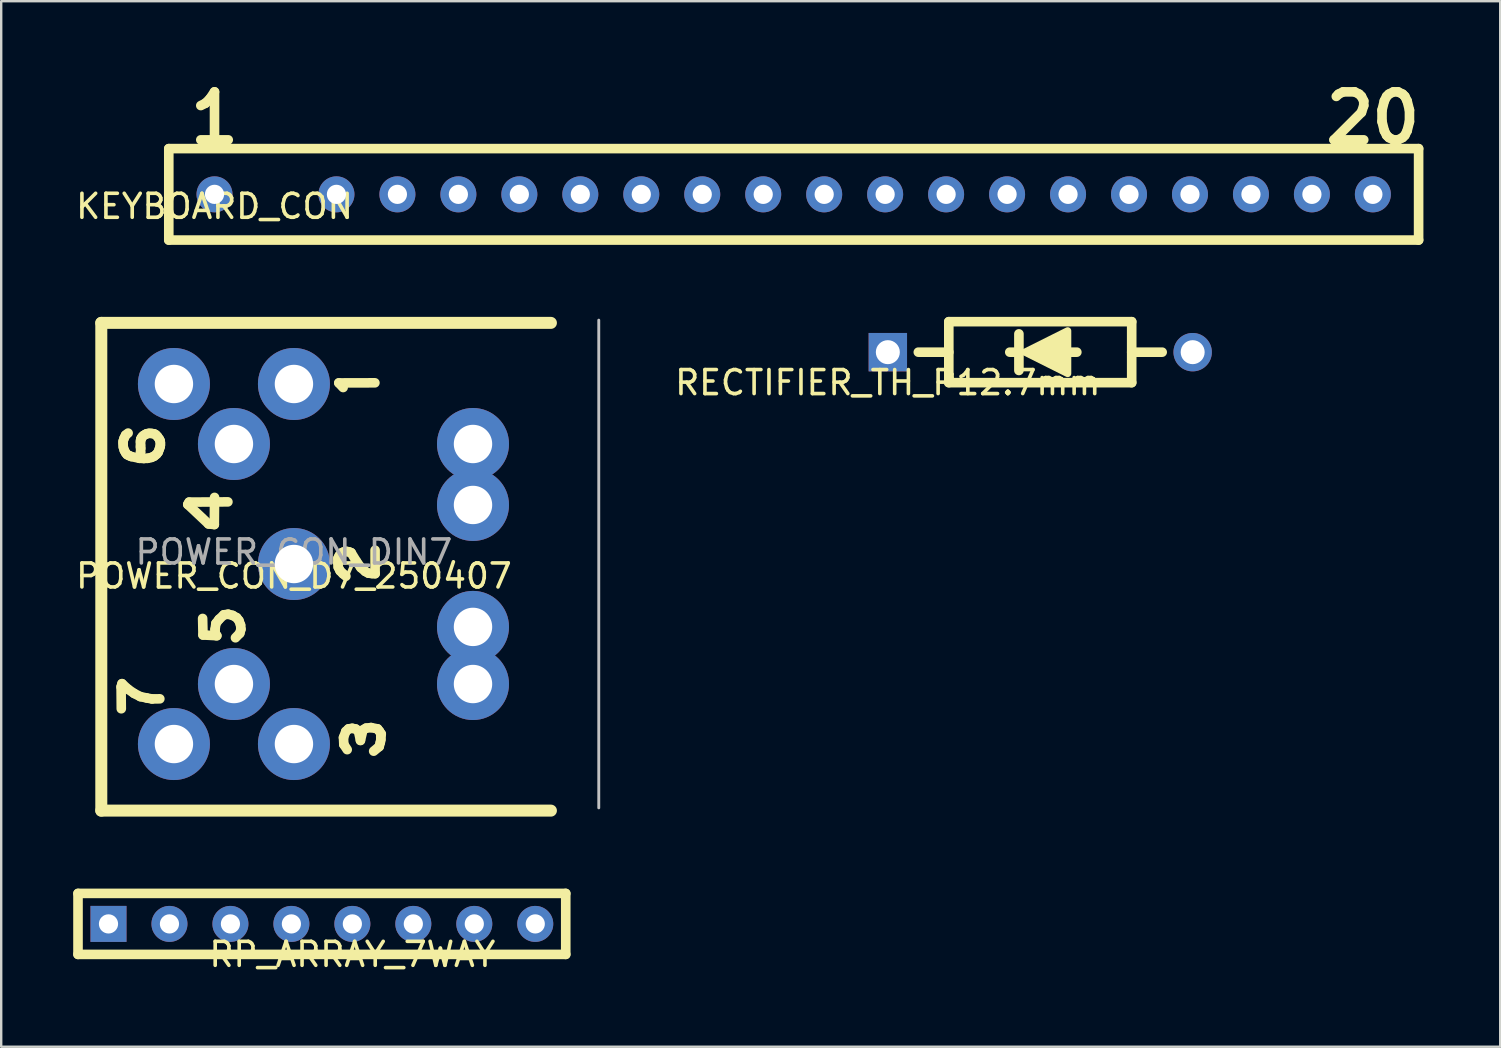
<source format=kicad_pcb>
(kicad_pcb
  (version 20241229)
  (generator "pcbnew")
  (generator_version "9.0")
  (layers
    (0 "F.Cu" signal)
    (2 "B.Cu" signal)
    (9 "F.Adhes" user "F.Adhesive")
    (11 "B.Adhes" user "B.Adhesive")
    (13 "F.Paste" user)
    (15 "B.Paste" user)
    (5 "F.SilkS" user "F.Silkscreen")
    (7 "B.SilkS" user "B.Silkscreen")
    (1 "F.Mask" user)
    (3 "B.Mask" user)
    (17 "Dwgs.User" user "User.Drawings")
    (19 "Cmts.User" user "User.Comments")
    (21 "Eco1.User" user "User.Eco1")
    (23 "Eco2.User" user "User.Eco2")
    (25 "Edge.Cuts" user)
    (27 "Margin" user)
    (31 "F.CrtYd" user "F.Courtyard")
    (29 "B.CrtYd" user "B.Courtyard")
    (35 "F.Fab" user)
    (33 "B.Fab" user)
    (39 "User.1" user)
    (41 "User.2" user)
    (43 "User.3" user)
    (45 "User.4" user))
  (footprint "KEYBOARD_CON"
    (layer "F.Cu")
    (at 5.887 5.047)
    (property "Reference" "KEYBOARD_CON" (at 0 0.5 0) (layer "F.SilkS") (effects (font (size 1 1) (thickness 0.15))))
    (attr through_hole)
    (fp_line (start -1.905 -1.905) (end -1.905 1.905) (stroke (width 0.4) (type solid)) (layer "F.SilkS"))
    (fp_line (start -1.905 -1.905) (end 50.165 -1.905) (stroke (width 0.4) (type solid)) (layer "F.SilkS"))
    (fp_line (start -1.905 1.905) (end 50.165 1.905) (stroke (width 0.4) (type solid)) (layer "F.SilkS"))
    (fp_line (start 50.165 -1.905) (end 50.165 1.905) (stroke (width 0.4) (type solid)) (layer "F.SilkS"))
    (fp_text user "20" (at 48.26 -3.175 0) (layer "F.SilkS") (effects (font (size 2 2) (thickness 0.4))))
    (fp_text user "1" (at 0 -3.175 0) (layer "F.SilkS") (effects (font (size 2 2) (thickness 0.4))))
    (pad "1" thru_hole circle (at 0 0) (size 1.5 1.5) (drill 0.8) (layers "*.Cu" "*.Mask"))
    (pad "3" thru_hole circle (at 5.08 0) (size 1.5 1.5) (drill 0.8) (layers "*.Cu" "*.Mask"))
    (pad "4" thru_hole circle (at 7.62 0) (size 1.5 1.5) (drill 0.8) (layers "*.Cu" "*.Mask"))
    (pad "5" thru_hole circle (at 10.16 0) (size 1.5 1.5) (drill 0.8) (layers "*.Cu" "*.Mask"))
    (pad "6" thru_hole circle (at 12.7 0) (size 1.5 1.5) (drill 0.8) (layers "*.Cu" "*.Mask"))
    (pad "7" thru_hole circle (at 15.24 0) (size 1.5 1.5) (drill 0.8) (layers "*.Cu" "*.Mask"))
    (pad "8" thru_hole circle (at 17.78 0) (size 1.5 1.5) (drill 0.8) (layers "*.Cu" "*.Mask"))
    (pad "9" thru_hole circle (at 20.32 0) (size 1.5 1.5) (drill 0.8) (layers "*.Cu" "*.Mask"))
    (pad "10" thru_hole circle (at 22.86 0) (size 1.5 1.5) (drill 0.8) (layers "*.Cu" "*.Mask"))
    (pad "11" thru_hole circle (at 25.4 0) (size 1.5 1.5) (drill 0.8) (layers "*.Cu" "*.Mask"))
    (pad "12" thru_hole circle (at 27.94 0) (size 1.5 1.5) (drill 0.8) (layers "*.Cu" "*.Mask"))
    (pad "13" thru_hole circle (at 30.48 0) (size 1.5 1.5) (drill 0.8) (layers "*.Cu" "*.Mask"))
    (pad "14" thru_hole circle (at 33.02 0) (size 1.5 1.5) (drill 0.8) (layers "*.Cu" "*.Mask"))
    (pad "15" thru_hole circle (at 35.56 0) (size 1.5 1.5) (drill 0.8) (layers "*.Cu" "*.Mask"))
    (pad "16" thru_hole circle (at 38.1 0) (size 1.5 1.5) (drill 0.8) (layers "*.Cu" "*.Mask"))
    (pad "17" thru_hole circle (at 40.64 0) (size 1.5 1.5) (drill 0.8) (layers "*.Cu" "*.Mask"))
    (pad "18" thru_hole circle (at 43.18 0) (size 1.5 1.5) (drill 0.8) (layers "*.Cu" "*.Mask"))
    (pad "19" thru_hole circle (at 45.72 0) (size 1.5 1.5) (drill 0.8) (layers "*.Cu" "*.Mask"))
    (pad "20" thru_hole circle (at 48.26 0) (size 1.5 1.5) (drill 0.8) (layers "*.Cu" "*.Mask")))
  (footprint "POWER_CON_D7_250407"
    (layer "F.Cu")
    (at 9.196 20.448)
    (property "Reference" "POWER_CON_D7_250407" (at 0 0.5 0) (layer "F.SilkS") (effects (font (size 1 1) (thickness 0.15))))
    (attr through_hole)
    (fp_line (start -8.026 -10.046) (end 10.706 -10.046) (stroke (width 0.5) (type solid)) (layer "F.SilkS"))
    (fp_line (start -8.026 10.274) (end -8.026 -10.046) (stroke (width 0.5) (type solid)) (layer "F.SilkS"))
    (fp_line (start -7.201 5.119) (end -7.163 4.985) (stroke (width 0.4) (type solid)) (layer "F.SilkS"))
    (fp_line (start -7.193 6.03) (end -7.201 5.119) (stroke (width 0.4) (type solid)) (layer "F.SilkS"))
    (fp_line (start -7.163 4.985) (end -6.913 5.215) (stroke (width 0.4) (type solid)) (layer "F.SilkS"))
    (fp_line (start -7.117 -5.111) (end -7.117 -5.008) (stroke (width 0.4) (type solid)) (layer "F.SilkS"))
    (fp_line (start -7.117 -5.008) (end -7.11 -4.877) (stroke (width 0.4) (type solid)) (layer "F.SilkS"))
    (fp_line (start -7.11 -4.877) (end -7.069 -4.738) (stroke (width 0.4) (type solid)) (layer "F.SilkS"))
    (fp_line (start -7.077 -5.238) (end -7.117 -5.111) (stroke (width 0.4) (type solid)) (layer "F.SilkS"))
    (fp_line (start -7.069 -4.738) (end -7.014 -4.637) (stroke (width 0.4) (type solid)) (layer "F.SilkS"))
    (fp_line (start -7.014 -5.369) (end -7.077 -5.238) (stroke (width 0.4) (type solid)) (layer "F.SilkS"))
    (fp_line (start -7.014 -4.637) (end -6.953 -4.558) (stroke (width 0.4) (type solid)) (layer "F.SilkS"))
    (fp_line (start -6.953 -4.558) (end -6.865 -4.515) (stroke (width 0.4) (type solid)) (layer "F.SilkS"))
    (fp_line (start -6.913 5.215) (end -6.658 5.391) (stroke (width 0.4) (type solid)) (layer "F.SilkS"))
    (fp_line (start -6.908 -5.455) (end -7.014 -5.369) (stroke (width 0.4) (type solid)) (layer "F.SilkS"))
    (fp_line (start -6.865 -4.515) (end -6.779 -4.478) (stroke (width 0.4) (type solid)) (layer "F.SilkS"))
    (fp_line (start -6.779 -4.478) (end -6.438 -4.404) (stroke (width 0.4) (type solid)) (layer "F.SilkS"))
    (fp_line (start -6.658 5.391) (end -6.398 5.525) (stroke (width 0.4) (type solid)) (layer "F.SilkS"))
    (fp_line (start -6.438 -4.404) (end -6.256 -4.397) (stroke (width 0.4) (type solid)) (layer "F.SilkS"))
    (fp_line (start -6.398 5.525) (end -6.133 5.581) (stroke (width 0.4) (type solid)) (layer "F.SilkS"))
    (fp_line (start -6.393 -5.071) (end -6.39 -4.952) (stroke (width 0.4) (type solid)) (layer "F.SilkS"))
    (fp_line (start -6.393 -4.874) (end -6.385 -4.811) (stroke (width 0.4) (type solid)) (layer "F.SilkS"))
    (fp_line (start -6.39 -5.147) (end -6.393 -5.071) (stroke (width 0.4) (type solid)) (layer "F.SilkS"))
    (fp_line (start -6.39 -4.952) (end -6.393 -4.874) (stroke (width 0.4) (type solid)) (layer "F.SilkS"))
    (fp_line (start -6.39 -4.654) (end -6.4 -4.5) (stroke (width 0.4) (type solid)) (layer "F.SilkS"))
    (fp_line (start -6.385 -4.811) (end -6.39 -4.654) (stroke (width 0.4) (type solid)) (layer "F.SilkS"))
    (fp_line (start -6.38 -5.19) (end -6.39 -5.147) (stroke (width 0.4) (type solid)) (layer "F.SilkS"))
    (fp_line (start -6.372 -5.215) (end -6.38 -5.19) (stroke (width 0.4) (type solid)) (layer "F.SilkS"))
    (fp_line (start -6.35 -5.26) (end -6.372 -5.215) (stroke (width 0.4) (type solid)) (layer "F.SilkS"))
    (fp_line (start -6.319 -5.303) (end -6.35 -5.26) (stroke (width 0.4) (type solid)) (layer "F.SilkS"))
    (fp_line (start -6.269 -5.351) (end -6.319 -5.303) (stroke (width 0.4) (type solid)) (layer "F.SilkS"))
    (fp_line (start -6.256 -4.397) (end -6.095 -4.404) (stroke (width 0.4) (type solid)) (layer "F.SilkS"))
    (fp_line (start -6.186 -5.402) (end -6.269 -5.351) (stroke (width 0.4) (type solid)) (layer "F.SilkS"))
    (fp_line (start -6.133 5.581) (end -5.915 5.621) (stroke (width 0.4) (type solid)) (layer "F.SilkS"))
    (fp_line (start -6.125 -5.429) (end -6.186 -5.402) (stroke (width 0.4) (type solid)) (layer "F.SilkS"))
    (fp_line (start -6.095 -4.404) (end -5.931 -4.442) (stroke (width 0.4) (type solid)) (layer "F.SilkS"))
    (fp_line (start -6.037 -5.445) (end -6.125 -5.429) (stroke (width 0.4) (type solid)) (layer "F.SilkS"))
    (fp_line (start -5.933 -5.44) (end -6.037 -5.445) (stroke (width 0.4) (type solid)) (layer "F.SilkS"))
    (fp_line (start -5.931 -4.442) (end -5.822 -4.493) (stroke (width 0.4) (type solid)) (layer "F.SilkS"))
    (fp_line (start -5.915 5.621) (end -5.587 5.616) (stroke (width 0.4) (type solid)) (layer "F.SilkS"))
    (fp_line (start -5.824 -5.424) (end -5.933 -5.44) (stroke (width 0.4) (type solid)) (layer "F.SilkS"))
    (fp_line (start -5.822 -4.493) (end -5.716 -4.581) (stroke (width 0.4) (type solid)) (layer "F.SilkS"))
    (fp_line (start -5.751 -5.381) (end -5.824 -5.424) (stroke (width 0.4) (type solid)) (layer "F.SilkS"))
    (fp_line (start -5.716 -4.581) (end -5.653 -4.664) (stroke (width 0.4) (type solid)) (layer "F.SilkS"))
    (fp_line (start -5.681 -5.306) (end -5.751 -5.381) (stroke (width 0.4) (type solid)) (layer "F.SilkS"))
    (fp_line (start -5.653 -4.664) (end -5.61 -4.783) (stroke (width 0.4) (type solid)) (layer "F.SilkS"))
    (fp_line (start -5.61 -4.783) (end -5.574 -4.884) (stroke (width 0.4) (type solid)) (layer "F.SilkS"))
    (fp_line (start -5.605 -5.197) (end -5.681 -5.306) (stroke (width 0.4) (type solid)) (layer "F.SilkS"))
    (fp_line (start -5.574 -4.884) (end -5.564 -4.957) (stroke (width 0.4) (type solid)) (layer "F.SilkS"))
    (fp_line (start -5.572 -5.127) (end -5.605 -5.197) (stroke (width 0.4) (type solid)) (layer "F.SilkS"))
    (fp_line (start -5.564 -5.048) (end -5.572 -5.127) (stroke (width 0.4) (type solid)) (layer "F.SilkS"))
    (fp_line (start -5.564 -4.957) (end -5.564 -5.048) (stroke (width 0.4) (type solid)) (layer "F.SilkS"))
    (fp_line (start -4.423 -2.482) (end -3.559 -1.669) (stroke (width 0.4) (type solid)) (layer "F.SilkS"))
    (fp_line (start -4.367 -2.579) (end -4.423 -2.482) (stroke (width 0.4) (type solid)) (layer "F.SilkS"))
    (fp_line (start -3.804 2.268) (end -3.789 2.957) (stroke (width 0.4) (type solid)) (layer "F.SilkS"))
    (fp_line (start -3.789 2.957) (end -3.213 2.987) (stroke (width 0.4) (type solid)) (layer "F.SilkS"))
    (fp_line (start -3.559 -1.669) (end -3.317 -1.644) (stroke (width 0.4) (type solid)) (layer "F.SilkS"))
    (fp_line (start -3.317 -1.644) (end -3.307 -2.775) (stroke (width 0.4) (type solid)) (layer "F.SilkS"))
    (fp_line (start -3.287 2.73) (end -3.251 2.475) (stroke (width 0.4) (type solid)) (layer "F.SilkS"))
    (fp_line (start -3.271 2.972) (end -3.287 2.73) (stroke (width 0.4) (type solid)) (layer "F.SilkS"))
    (fp_line (start -3.251 2.475) (end -3.12 2.305) (stroke (width 0.4) (type solid)) (layer "F.SilkS"))
    (fp_line (start -3.213 2.987) (end -3.271 2.972) (stroke (width 0.4) (type solid)) (layer "F.SilkS"))
    (fp_line (start -3.12 2.305) (end -2.92 2.116) (stroke (width 0.4) (type solid)) (layer "F.SilkS"))
    (fp_line (start -2.92 2.116) (end -2.741 2.091) (stroke (width 0.4) (type solid)) (layer "F.SilkS"))
    (fp_line (start -2.751 -2.589) (end -4.367 -2.579) (stroke (width 0.4) (type solid)) (layer "F.SilkS"))
    (fp_line (start -2.741 2.091) (end -2.552 2.141) (stroke (width 0.4) (type solid)) (layer "F.SilkS"))
    (fp_line (start -2.552 2.141) (end -2.385 2.237) (stroke (width 0.4) (type solid)) (layer "F.SilkS"))
    (fp_line (start -2.385 2.237) (end -2.292 2.356) (stroke (width 0.4) (type solid)) (layer "F.SilkS"))
    (fp_line (start -2.292 2.356) (end -2.223 2.543) (stroke (width 0.4) (type solid)) (layer "F.SilkS"))
    (fp_line (start -2.256 2.886) (end -2.436 3.073) (stroke (width 0.4) (type solid)) (layer "F.SilkS"))
    (fp_line (start -2.223 2.543) (end -2.208 2.715) (stroke (width 0.4) (type solid)) (layer "F.SilkS"))
    (fp_line (start -2.208 2.715) (end -2.256 2.886) (stroke (width 0.4) (type solid)) (layer "F.SilkS"))
    (fp_line (start 1.832 -0.234) (end 1.888 -0.349) (stroke (width 0.4) (type solid)) (layer "F.SilkS"))
    (fp_line (start 1.832 -0.046) (end 1.832 -0.234) (stroke (width 0.4) (type solid)) (layer "F.SilkS"))
    (fp_line (start 1.845 0.129) (end 1.832 -0.046) (stroke (width 0.4) (type solid)) (layer "F.SilkS"))
    (fp_line (start 1.871 -7.545) (end 3.373 -7.549) (stroke (width 0.4) (type solid)) (layer "F.SilkS"))
    (fp_line (start 1.888 -0.349) (end 1.986 -0.464) (stroke (width 0.4) (type solid)) (layer "F.SilkS"))
    (fp_line (start 1.922 0.283) (end 1.845 0.129) (stroke (width 0.4) (type solid)) (layer "F.SilkS"))
    (fp_line (start 1.986 -0.464) (end 2.067 -0.502) (stroke (width 0.4) (type solid)) (layer "F.SilkS"))
    (fp_line (start 2.041 0.403) (end 1.922 0.283) (stroke (width 0.4) (type solid)) (layer "F.SilkS"))
    (fp_line (start 2.05 -7.353) (end 1.871 -7.545) (stroke (width 0.4) (type solid)) (layer "F.SilkS"))
    (fp_line (start 2.065 7.229) (end 2.16 6.976) (stroke (width 0.4) (type solid)) (layer "F.SilkS"))
    (fp_line (start 2.067 -0.502) (end 2.199 -0.524) (stroke (width 0.4) (type solid)) (layer "F.SilkS"))
    (fp_line (start 2.078 7.518) (end 2.065 7.229) (stroke (width 0.4) (type solid)) (layer "F.SilkS"))
    (fp_line (start 2.16 6.976) (end 2.275 6.868) (stroke (width 0.4) (type solid)) (layer "F.SilkS"))
    (fp_line (start 2.165 0.509) (end 2.041 0.403) (stroke (width 0.4) (type solid)) (layer "F.SilkS"))
    (fp_line (start 2.199 -0.524) (end 2.293 -0.507) (stroke (width 0.4) (type solid)) (layer "F.SilkS"))
    (fp_line (start 2.219 7.734) (end 2.078 7.518) (stroke (width 0.4) (type solid)) (layer "F.SilkS"))
    (fp_line (start 2.275 6.868) (end 2.429 6.845) (stroke (width 0.4) (type solid)) (layer "F.SilkS"))
    (fp_line (start 2.293 -0.507) (end 2.383 -0.472) (stroke (width 0.4) (type solid)) (layer "F.SilkS"))
    (fp_line (start 2.383 -0.472) (end 2.609 -0.101) (stroke (width 0.4) (type solid)) (layer "F.SilkS"))
    (fp_line (start 2.429 6.845) (end 2.574 6.874) (stroke (width 0.4) (type solid)) (layer "F.SilkS"))
    (fp_line (start 2.574 6.874) (end 2.686 6.956) (stroke (width 0.4) (type solid)) (layer "F.SilkS"))
    (fp_line (start 2.609 -0.101) (end 2.788 0.151) (stroke (width 0.4) (type solid)) (layer "F.SilkS"))
    (fp_line (start 2.686 6.956) (end 2.771 7.35) (stroke (width 0.4) (type solid)) (layer "F.SilkS"))
    (fp_line (start 2.771 7.35) (end 2.874 6.916) (stroke (width 0.4) (type solid)) (layer "F.SilkS"))
    (fp_line (start 2.788 0.151) (end 2.972 0.309) (stroke (width 0.4) (type solid)) (layer "F.SilkS"))
    (fp_line (start 2.874 6.916) (end 3.001 6.838) (stroke (width 0.4) (type solid)) (layer "F.SilkS"))
    (fp_line (start 2.972 0.309) (end 3.104 0.381) (stroke (width 0.4) (type solid)) (layer "F.SilkS"))
    (fp_line (start 3.001 6.838) (end 3.214 6.814) (stroke (width 0.4) (type solid)) (layer "F.SilkS"))
    (fp_line (start 3.104 0.381) (end 3.253 0.398) (stroke (width 0.4) (type solid)) (layer "F.SilkS"))
    (fp_line (start 3.214 6.814) (end 3.485 6.869) (stroke (width 0.4) (type solid)) (layer "F.SilkS"))
    (fp_line (start 3.253 0.398) (end 3.382 0.403) (stroke (width 0.4) (type solid)) (layer "F.SilkS"))
    (fp_line (start 3.382 0.403) (end 3.381 -0.575) (stroke (width 0.4) (type solid)) (layer "F.SilkS"))
    (fp_line (start 3.485 6.869) (end 3.563 6.968) (stroke (width 0.4) (type solid)) (layer "F.SilkS"))
    (fp_line (start 3.552 7.606) (end 3.322 7.797) (stroke (width 0.4) (type solid)) (layer "F.SilkS"))
    (fp_line (start 3.563 6.968) (end 3.638 7.084) (stroke (width 0.4) (type solid)) (layer "F.SilkS"))
    (fp_line (start 3.598 7.436) (end 3.552 7.606) (stroke (width 0.4) (type solid)) (layer "F.SilkS"))
    (fp_line (start 3.618 7.196) (end 3.621 7.314) (stroke (width 0.4) (type solid)) (layer "F.SilkS"))
    (fp_line (start 3.621 7.314) (end 3.598 7.436) (stroke (width 0.4) (type solid)) (layer "F.SilkS"))
    (fp_line (start 3.638 7.084) (end 3.618 7.196) (stroke (width 0.4) (type solid)) (layer "F.SilkS"))
    (fp_line (start 10.706 10.274) (end -8.026 10.274) (stroke (width 0.5) (type solid)) (layer "F.SilkS"))
    (fp_line (start 12.7 -10.16) (end 12.7 10.16) (stroke (width 0.12) (type solid)) (layer "Dwgs.User"))
    (fp_text user "POWER_CON_DIN7" (at 0 -0.5 0) (layer "F.Fab") (effects (font (size 1 1) (thickness 0.15))))
    (pad "1" thru_hole circle (at 0 -7.5) (size 3 3) (drill 1.6) (layers "*.Cu" "*.Mask"))
    (pad "1" thru_hole circle (at 7.46 -5) (size 3 3) (drill 1.6) (layers "*.Cu" "*.Mask"))
    (pad "1" thru_hole circle (at 7.46 -2.46) (size 3 3) (drill 1.6) (layers "*.Cu" "*.Mask"))
    (pad "1" thru_hole circle (at 7.46 2.62) (size 3 3) (drill 1.6) (layers "*.Cu" "*.Mask"))
    (pad "1" thru_hole circle (at 7.46 5) (size 3 3) (drill 1.6) (layers "*.Cu" "*.Mask"))
    (pad "2" thru_hole circle (at 0 0) (size 3 3) (drill 1.6) (layers "*.Cu" "*.Mask"))
    (pad "3" thru_hole circle (at 0 7.5) (size 3 3) (drill 1.6) (layers "*.Cu" "*.Mask"))
    (pad "4" thru_hole circle (at -2.5 -5) (size 3 3) (drill 1.6) (layers "*.Cu" "*.Mask"))
    (pad "5" thru_hole circle (at -2.5 5) (size 3 3) (drill 1.6) (layers "*.Cu" "*.Mask"))
    (pad "6" thru_hole circle (at -5 -7.5) (size 3 3) (drill 1.6) (layers "*.Cu" "*.Mask"))
    (pad "7" thru_hole circle (at -5 7.5) (size 3 3) (drill 1.6) (layers "*.Cu" "*.Mask")))
  (footprint "RP_ARRAY_7WAY"
    (layer "F.Cu")
    (at 1.47 35.442)
    (property "Reference" "RP_ARRAY_7WAY" (at 10.16 1.27 0) (layer "F.SilkS") (effects (font (size 1 1) (thickness 0.15))))
    (attr through_hole)
    (fp_line (start -1.27 -1.27) (end -1.27 1.27) (stroke (width 0.4) (type solid)) (layer "F.SilkS"))
    (fp_line (start -1.27 -1.27) (end 19.05 -1.27) (stroke (width 0.4) (type solid)) (layer "F.SilkS"))
    (fp_line (start -1.27 1.27) (end 19.05 1.27) (stroke (width 0.4) (type solid)) (layer "F.SilkS"))
    (fp_line (start 19.05 -1.27) (end 19.05 1.27) (stroke (width 0.4) (type solid)) (layer "F.SilkS"))
    (pad "1" thru_hole rect (at 0 0) (size 1.5 1.5) (drill 0.8) (layers "*.Cu" "*.Mask"))
    (pad "2" thru_hole circle (at 2.54 0) (size 1.5 1.5) (drill 0.8) (layers "*.Cu" "*.Mask"))
    (pad "3" thru_hole circle (at 5.08 0) (size 1.5 1.5) (drill 0.8) (layers "*.Cu" "*.Mask"))
    (pad "4" thru_hole circle (at 7.62 0) (size 1.5 1.5) (drill 0.8) (layers "*.Cu" "*.Mask"))
    (pad "5" thru_hole circle (at 10.16 0) (size 1.5 1.5) (drill 0.8) (layers "*.Cu" "*.Mask"))
    (pad "6" thru_hole circle (at 12.7 0) (size 1.5 1.5) (drill 0.8) (layers "*.Cu" "*.Mask"))
    (pad "7" thru_hole circle (at 15.24 0) (size 1.5 1.5) (drill 0.8) (layers "*.Cu" "*.Mask"))
    (pad "8" thru_hole circle (at 17.78 0) (size 1.5 1.5) (drill 0.8) (layers "*.Cu" "*.Mask")))
  (footprint "RECTIFIER_TH_P12.7mm"
    (layer "F.Cu")
    (at 33.939 11.622)
    (property "Reference" "RECTIFIER_TH_P12.7mm" (at 0 1.27 0) (layer "F.SilkS") (effects (font (size 1 1) (thickness 0.15))))
    (attr through_hole)
    (fp_line (start 2.54 -1.27) (end 10.16 -1.27) (stroke (width 0.4) (type solid)) (layer "F.SilkS"))
    (fp_line (start 2.54 0) (end 1.27 0) (stroke (width 0.4) (type solid)) (layer "F.SilkS"))
    (fp_line (start 2.54 1.27) (end 2.54 -1.27) (stroke (width 0.4) (type solid)) (layer "F.SilkS"))
    (fp_line (start 2.54 1.27) (end 10.16 1.27) (stroke (width 0.4) (type solid)) (layer "F.SilkS"))
    (fp_line (start 5.461 0) (end 5.08 0) (stroke (width 0.4) (type solid)) (layer "F.SilkS"))
    (fp_line (start 5.461 0) (end 5.461 -0.762) (stroke (width 0.4) (type solid)) (layer "F.SilkS"))
    (fp_line (start 5.461 0) (end 5.461 0.762) (stroke (width 0.4) (type solid)) (layer "F.SilkS"))
    (fp_line (start 7.874 0) (end 7.366 0) (stroke (width 0.4) (type solid)) (layer "F.SilkS"))
    (fp_line (start 10.16 1.27) (end 10.16 -1.27) (stroke (width 0.4) (type solid)) (layer "F.SilkS"))
    (fp_line (start 11.43 0) (end 10.16 0) (stroke (width 0.4) (type solid)) (layer "F.SilkS"))
    (fp_poly (pts (xy 7.493 0.889) (xy 5.715 0) (xy 7.493 -0.889)) (stroke (width 0.3) (type solid)) (fill yes) (layer "F.SilkS"))
    (pad "1" thru_hole rect (at 0 0) (size 1.6 1.6) (drill 1) (layers "*.Cu" "*.Mask"))
    (pad "2" thru_hole circle (at 12.7 0) (size 1.6 1.6) (drill 1) (layers "*.Cu" "*.Mask")))
  (gr_rect
    (start -3 -3)
    (end 59.452 40.56)
    (stroke (width 0.1) (type default))
    (fill no)
    (layer "Edge.Cuts")))
</source>
